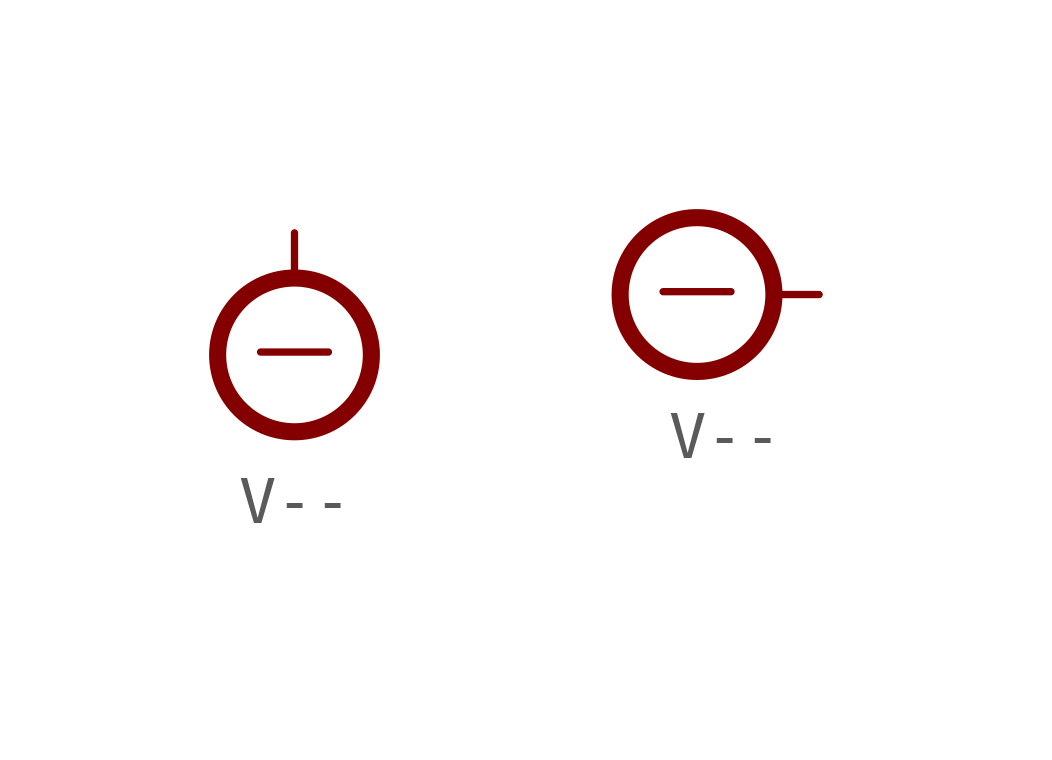
<source format=kicad_sym>
(kicad_symbol_lib
  (version 20211014)
  (generator kicad_symbol_editor)
  (symbol "V--"
    (power)
    (pin_numbers hide)
    (pin_names
      (offset 1.27) hide)
    (property "Reference" "#PWR"
      (at 5.08 0 0)
      (effects (font (size 1.27 1.27)) (justify left) hide))
    (symbol "V--_1_0"
      (pin power_in line (at 0 0 0) (length 0) hide (name "-" (effects (font (size 1.27 1.27)))) (number "0" (effects (font (size 0 0))))))
    (symbol "V--_1_1"
      (circle (center 0 -2.54) (radius 1.6) (stroke (width 0.356) (type default) (color 0 0 0 0)) (fill (type none)))
      (polyline (pts (xy 0 -0.889) (xy 0 0)) (stroke (width 0) (type default) (color 0 0 0 0)) (fill (type none)))
      (text "-" (at 0 -2.337 0) (effects (font (size 1.854 1.854)))))
    (symbol "V--_1_2"
      (circle (center -2.54 0) (radius 1.6) (stroke (width 0.356) (type default) (color 0 0 0 0)) (fill (type none)))
      (polyline (pts (xy -0.889 0) (xy 0 0)) (stroke (width 0) (type default) (color 0 0 0 0)) (fill (type none)))
      (text "-" (at -2.54 0.203 0) (effects (font (size 1.854 1.854)))))))
</source>
